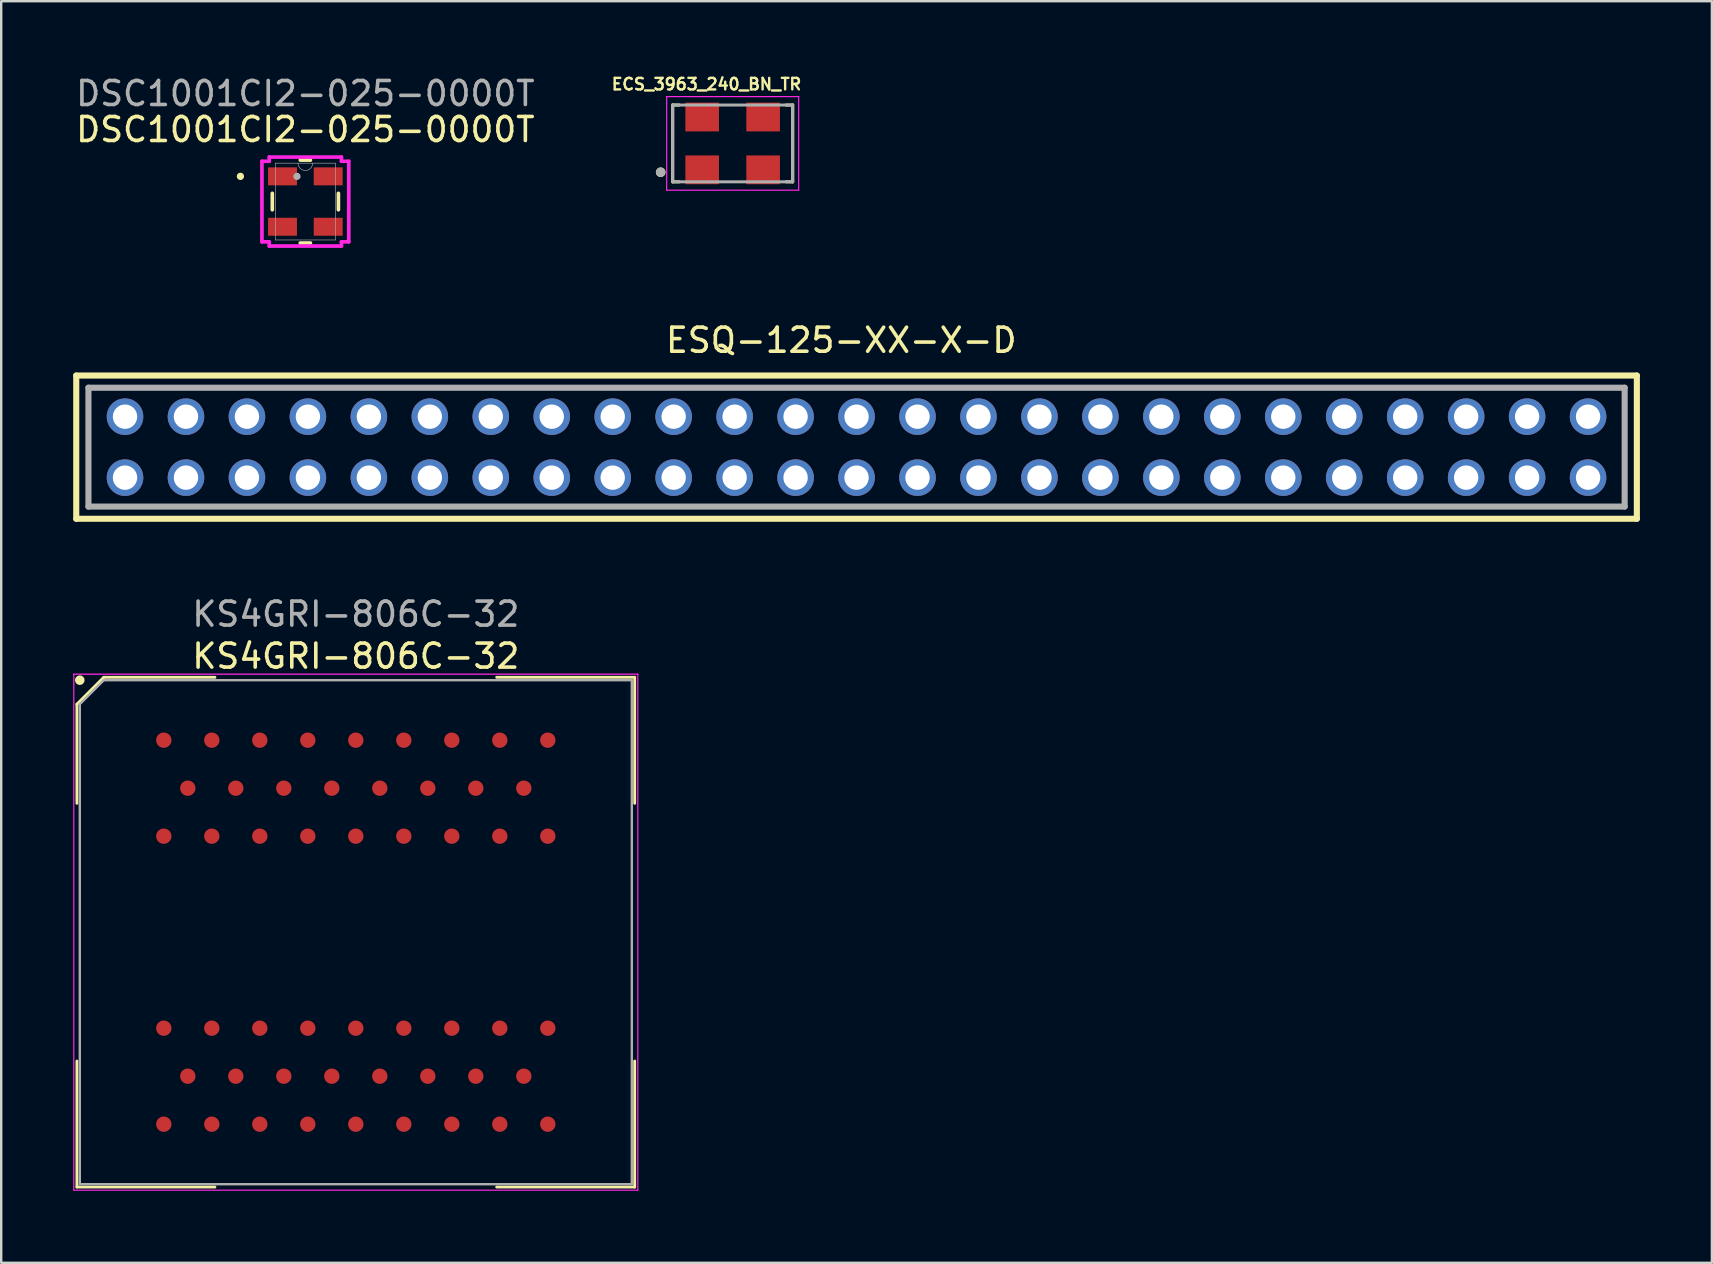
<source format=kicad_pcb>
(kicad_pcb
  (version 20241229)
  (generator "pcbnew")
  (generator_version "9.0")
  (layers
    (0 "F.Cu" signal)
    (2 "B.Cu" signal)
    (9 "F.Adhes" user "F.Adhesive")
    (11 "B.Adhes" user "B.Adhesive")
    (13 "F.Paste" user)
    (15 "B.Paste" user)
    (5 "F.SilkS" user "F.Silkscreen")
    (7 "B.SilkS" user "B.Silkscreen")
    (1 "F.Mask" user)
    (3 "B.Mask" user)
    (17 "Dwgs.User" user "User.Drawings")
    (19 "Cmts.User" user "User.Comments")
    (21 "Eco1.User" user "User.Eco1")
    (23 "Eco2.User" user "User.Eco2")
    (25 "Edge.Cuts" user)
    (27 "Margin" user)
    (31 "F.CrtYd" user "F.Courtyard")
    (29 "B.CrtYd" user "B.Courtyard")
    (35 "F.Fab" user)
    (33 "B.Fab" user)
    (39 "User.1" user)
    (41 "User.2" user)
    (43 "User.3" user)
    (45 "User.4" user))
  (footprint "KS4GRI-806C-32"
    (layer "F.Cu")
    (at 11.775 35.79)
    (property "Reference" "KS4GRI-806C-32" (at 0 -11.5 0) (layer "F.SilkS") (effects (font (size 1 1) (thickness 0.15))))
    (attr smd)
    (fp_line (start -11.62 -9.5) (end -11.62 -5.37) (stroke (width 0.12) (type default)) (layer "F.SilkS"))
    (fp_line (start -11.62 10.62) (end -11.62 5.37) (stroke (width 0.12) (type default)) (layer "F.SilkS"))
    (fp_line (start -10.5 -10.62) (end -11.62 -9.5) (stroke (width 0.12) (type default)) (layer "F.SilkS"))
    (fp_line (start -5.87 -10.62) (end -10.5 -10.62) (stroke (width 0.12) (type default)) (layer "F.SilkS"))
    (fp_line (start -5.87 10.62) (end -11.62 10.62) (stroke (width 0.12) (type default)) (layer "F.SilkS"))
    (fp_line (start 5.87 -10.62) (end 11.62 -10.62) (stroke (width 0.12) (type default)) (layer "F.SilkS"))
    (fp_line (start 5.87 10.62) (end 11.62 10.62) (stroke (width 0.12) (type default)) (layer "F.SilkS"))
    (fp_line (start 11.62 -10.62) (end 11.62 -5.37) (stroke (width 0.12) (type default)) (layer "F.SilkS"))
    (fp_line (start 11.62 10.62) (end 11.62 5.37) (stroke (width 0.12) (type default)) (layer "F.SilkS"))
    (fp_circle (center -11.5 -10.5) (end -11.5 -10.4) (stroke (width 0.2) (type default)) (fill no) (layer "F.SilkS"))
    (fp_line (start -11.75 -10.75) (end 11.75 -10.75) (stroke (width 0.05) (type default)) (layer "F.CrtYd"))
    (fp_line (start -11.75 10.75) (end -11.75 -10.75) (stroke (width 0.05) (type default)) (layer "F.CrtYd"))
    (fp_line (start 11.75 -10.75) (end 11.75 10.75) (stroke (width 0.05) (type default)) (layer "F.CrtYd"))
    (fp_line (start 11.75 10.75) (end -11.75 10.75) (stroke (width 0.05) (type default)) (layer "F.CrtYd"))
    (fp_line (start -11.5 -9.5) (end -11.5 10.5) (stroke (width 0.1) (type default)) (layer "F.Fab"))
    (fp_line (start -11.5 10.5) (end 11.5 10.5) (stroke (width 0.1) (type default)) (layer "F.Fab"))
    (fp_line (start -10.5 -10.5) (end -11.5 -9.5) (stroke (width 0.1) (type default)) (layer "F.Fab"))
    (fp_line (start 11.5 -10.5) (end -10.5 -10.5) (stroke (width 0.1) (type default)) (layer "F.Fab"))
    (fp_line (start 11.5 10.5) (end 11.5 -10.5) (stroke (width 0.1) (type default)) (layer "F.Fab"))
    (fp_text user "${REFERENCE}" (at 0 -13.25 0) (layer "F.Fab") (effects (font (size 1 1) (thickness 0.15))))
    (pad "A1" smd circle (at -8 -8) (size 0.64 0.64) (layers "F.Cu" "F.Mask" "F.Paste"))
    (pad "A2" smd circle (at -6 -8) (size 0.64 0.64) (layers "F.Cu" "F.Mask" "F.Paste"))
    (pad "A3" smd circle (at -4 -8) (size 0.64 0.64) (layers "F.Cu" "F.Mask" "F.Paste"))
    (pad "A4" smd circle (at -2 -8) (size 0.64 0.64) (layers "F.Cu" "F.Mask" "F.Paste"))
    (pad "A5" smd circle (at 0 -8) (size 0.64 0.64) (layers "F.Cu" "F.Mask" "F.Paste"))
    (pad "A6" smd circle (at 2 -8) (size 0.64 0.64) (layers "F.Cu" "F.Mask" "F.Paste"))
    (pad "A7" smd circle (at 4 -8) (size 0.64 0.64) (layers "F.Cu" "F.Mask" "F.Paste"))
    (pad "A8" smd circle (at 6 -8) (size 0.64 0.64) (layers "F.Cu" "F.Mask" "F.Paste"))
    (pad "A9" smd circle (at 8 -8) (size 0.64 0.64) (layers "F.Cu" "F.Mask" "F.Paste"))
    (pad "B1" smd circle (at -7 -6) (size 0.64 0.64) (layers "F.Cu" "F.Mask" "F.Paste"))
    (pad "B2" smd circle (at -5 -6) (size 0.64 0.64) (layers "F.Cu" "F.Mask" "F.Paste"))
    (pad "B3" smd circle (at -3 -6) (size 0.64 0.64) (layers "F.Cu" "F.Mask" "F.Paste"))
    (pad "B4" smd circle (at -1 -6) (size 0.64 0.64) (layers "F.Cu" "F.Mask" "F.Paste"))
    (pad "B5" smd circle (at 1 -6) (size 0.64 0.64) (layers "F.Cu" "F.Mask" "F.Paste"))
    (pad "B6" smd circle (at 3 -6) (size 0.64 0.64) (layers "F.Cu" "F.Mask" "F.Paste"))
    (pad "B7" smd circle (at 5 -6) (size 0.64 0.64) (layers "F.Cu" "F.Mask" "F.Paste"))
    (pad "B8" smd circle (at 7 -6) (size 0.64 0.64) (layers "F.Cu" "F.Mask" "F.Paste"))
    (pad "C1" smd circle (at -8 -4) (size 0.64 0.64) (layers "F.Cu" "F.Mask" "F.Paste"))
    (pad "C2" smd circle (at -6 -4) (size 0.64 0.64) (layers "F.Cu" "F.Mask" "F.Paste"))
    (pad "C3" smd circle (at -4 -4) (size 0.64 0.64) (layers "F.Cu" "F.Mask" "F.Paste"))
    (pad "C4" smd circle (at -2 -4) (size 0.64 0.64) (layers "F.Cu" "F.Mask" "F.Paste"))
    (pad "C5" smd circle (at 0 -4) (size 0.64 0.64) (layers "F.Cu" "F.Mask" "F.Paste"))
    (pad "C6" smd circle (at 2 -4) (size 0.64 0.64) (layers "F.Cu" "F.Mask" "F.Paste"))
    (pad "C7" smd circle (at 4 -4) (size 0.64 0.64) (layers "F.Cu" "F.Mask" "F.Paste"))
    (pad "C8" smd circle (at 6 -4) (size 0.64 0.64) (layers "F.Cu" "F.Mask" "F.Paste"))
    (pad "C9" smd circle (at 8 -4) (size 0.64 0.64) (layers "F.Cu" "F.Mask" "F.Paste"))
    (pad "G1" smd circle (at -8 4) (size 0.64 0.64) (layers "F.Cu" "F.Mask" "F.Paste"))
    (pad "G2" smd circle (at -6 4) (size 0.64 0.64) (layers "F.Cu" "F.Mask" "F.Paste"))
    (pad "G3" smd circle (at -4 4) (size 0.64 0.64) (layers "F.Cu" "F.Mask" "F.Paste"))
    (pad "G4" smd circle (at -2 4) (size 0.64 0.64) (layers "F.Cu" "F.Mask" "F.Paste"))
    (pad "G5" smd circle (at 0 4) (size 0.64 0.64) (layers "F.Cu" "F.Mask" "F.Paste"))
    (pad "G6" smd circle (at 2 4) (size 0.64 0.64) (layers "F.Cu" "F.Mask" "F.Paste"))
    (pad "G7" smd circle (at 4 4) (size 0.64 0.64) (layers "F.Cu" "F.Mask" "F.Paste"))
    (pad "G8" smd circle (at 6 4) (size 0.64 0.64) (layers "F.Cu" "F.Mask" "F.Paste"))
    (pad "G9" smd circle (at 8 4) (size 0.64 0.64) (layers "F.Cu" "F.Mask" "F.Paste"))
    (pad "H1" smd circle (at -7 6) (size 0.64 0.64) (layers "F.Cu" "F.Mask" "F.Paste"))
    (pad "H2" smd circle (at -5 6) (size 0.64 0.64) (layers "F.Cu" "F.Mask" "F.Paste"))
    (pad "H3" smd circle (at -3 6) (size 0.64 0.64) (layers "F.Cu" "F.Mask" "F.Paste"))
    (pad "H4" smd circle (at -1 6) (size 0.64 0.64) (layers "F.Cu" "F.Mask" "F.Paste"))
    (pad "H5" smd circle (at 1 6) (size 0.64 0.64) (layers "F.Cu" "F.Mask" "F.Paste"))
    (pad "H6" smd circle (at 3 6) (size 0.64 0.64) (layers "F.Cu" "F.Mask" "F.Paste"))
    (pad "H7" smd circle (at 5 6) (size 0.64 0.64) (layers "F.Cu" "F.Mask" "F.Paste"))
    (pad "H8" smd circle (at 7 6) (size 0.64 0.64) (layers "F.Cu" "F.Mask" "F.Paste"))
    (pad "J1" smd circle (at -8 8) (size 0.64 0.64) (layers "F.Cu" "F.Mask" "F.Paste"))
    (pad "J2" smd circle (at -6 8) (size 0.64 0.64) (layers "F.Cu" "F.Mask" "F.Paste"))
    (pad "J3" smd circle (at -4 8) (size 0.64 0.64) (layers "F.Cu" "F.Mask" "F.Paste"))
    (pad "J4" smd circle (at -2 8) (size 0.64 0.64) (layers "F.Cu" "F.Mask" "F.Paste"))
    (pad "J5" smd circle (at 0 8) (size 0.64 0.64) (layers "F.Cu" "F.Mask" "F.Paste"))
    (pad "J6" smd circle (at 2 8) (size 0.64 0.64) (layers "F.Cu" "F.Mask" "F.Paste"))
    (pad "J7" smd circle (at 4 8) (size 0.64 0.64) (layers "F.Cu" "F.Mask" "F.Paste"))
    (pad "J8" smd circle (at 6 8) (size 0.64 0.64) (layers "F.Cu" "F.Mask" "F.Paste"))
    (pad "J9" smd circle (at 8 8) (size 0.64 0.64) (layers "F.Cu" "F.Mask" "F.Paste")))
  (footprint "ESQ-125-XX-X-D"
    (layer "F.Cu")
    (at 32.639 15.581)
    (property "Reference" "ESQ-125-XX-X-D" (at -0.636 -4.453 0) (layer "F.SilkS") (effects (font (size 1.002 1.002) (thickness 0.15))))
    (attr through_hole)
    (fp_line (start -32.512 -2.984) (end 32.512 -2.984) (stroke (width 0.254) (type solid)) (layer "F.SilkS"))
    (fp_line (start -32.512 2.984) (end -32.512 -2.984) (stroke (width 0.254) (type solid)) (layer "F.SilkS"))
    (fp_line (start 32.512 -2.984) (end 32.512 2.984) (stroke (width 0.254) (type solid)) (layer "F.SilkS"))
    (fp_line (start 32.512 2.984) (end -32.512 2.984) (stroke (width 0.254) (type solid)) (layer "F.SilkS"))
    (fp_line (start -32.004 -2.476) (end 32.004 -2.476) (stroke (width 0.254) (type solid)) (layer "F.Fab"))
    (fp_line (start -32.004 2.476) (end -32.004 -2.476) (stroke (width 0.254) (type solid)) (layer "F.Fab"))
    (fp_line (start 32.004 -2.476) (end 32.004 2.476) (stroke (width 0.254) (type solid)) (layer "F.Fab"))
    (fp_line (start 32.004 2.476) (end -32.004 2.476) (stroke (width 0.254) (type solid)) (layer "F.Fab"))
    (pad "1" thru_hole circle (at -30.48 -1.27) (size 1.524 1.524) (drill 1.016) (layers "*.Cu" "*.Mask"))
    (pad "2" thru_hole circle (at -30.48 1.27) (size 1.524 1.524) (drill 1.016) (layers "*.Cu" "*.Mask"))
    (pad "3" thru_hole circle (at -27.94 -1.27) (size 1.524 1.524) (drill 1.016) (layers "*.Cu" "*.Mask"))
    (pad "4" thru_hole circle (at -27.94 1.27) (size 1.524 1.524) (drill 1.016) (layers "*.Cu" "*.Mask"))
    (pad "5" thru_hole circle (at -25.4 -1.27) (size 1.524 1.524) (drill 1.016) (layers "*.Cu" "*.Mask"))
    (pad "6" thru_hole circle (at -25.4 1.27) (size 1.524 1.524) (drill 1.016) (layers "*.Cu" "*.Mask"))
    (pad "7" thru_hole circle (at -22.86 -1.27) (size 1.524 1.524) (drill 1.016) (layers "*.Cu" "*.Mask"))
    (pad "8" thru_hole circle (at -22.86 1.27) (size 1.524 1.524) (drill 1.016) (layers "*.Cu" "*.Mask"))
    (pad "9" thru_hole circle (at -20.32 -1.27) (size 1.524 1.524) (drill 1.016) (layers "*.Cu" "*.Mask"))
    (pad "10" thru_hole circle (at -20.32 1.27) (size 1.524 1.524) (drill 1.016) (layers "*.Cu" "*.Mask"))
    (pad "11" thru_hole circle (at -17.78 -1.27) (size 1.524 1.524) (drill 1.016) (layers "*.Cu" "*.Mask"))
    (pad "12" thru_hole circle (at -17.78 1.27) (size 1.524 1.524) (drill 1.016) (layers "*.Cu" "*.Mask"))
    (pad "13" thru_hole circle (at -15.24 -1.27) (size 1.524 1.524) (drill 1.016) (layers "*.Cu" "*.Mask"))
    (pad "14" thru_hole circle (at -15.24 1.27) (size 1.524 1.524) (drill 1.016) (layers "*.Cu" "*.Mask"))
    (pad "15" thru_hole circle (at -12.7 -1.27) (size 1.524 1.524) (drill 1.016) (layers "*.Cu" "*.Mask"))
    (pad "16" thru_hole circle (at -12.7 1.27) (size 1.524 1.524) (drill 1.016) (layers "*.Cu" "*.Mask"))
    (pad "17" thru_hole circle (at -10.16 -1.27) (size 1.524 1.524) (drill 1.016) (layers "*.Cu" "*.Mask"))
    (pad "18" thru_hole circle (at -10.16 1.27) (size 1.524 1.524) (drill 1.016) (layers "*.Cu" "*.Mask"))
    (pad "19" thru_hole circle (at -7.62 -1.27) (size 1.524 1.524) (drill 1.016) (layers "*.Cu" "*.Mask"))
    (pad "20" thru_hole circle (at -7.62 1.27) (size 1.524 1.524) (drill 1.016) (layers "*.Cu" "*.Mask"))
    (pad "21" thru_hole circle (at -5.08 -1.27) (size 1.524 1.524) (drill 1.016) (layers "*.Cu" "*.Mask"))
    (pad "22" thru_hole circle (at -5.08 1.27) (size 1.524 1.524) (drill 1.016) (layers "*.Cu" "*.Mask"))
    (pad "23" thru_hole circle (at -2.54 -1.27) (size 1.524 1.524) (drill 1.016) (layers "*.Cu" "*.Mask"))
    (pad "24" thru_hole circle (at -2.54 1.27) (size 1.524 1.524) (drill 1.016) (layers "*.Cu" "*.Mask"))
    (pad "25" thru_hole circle (at 0 -1.27) (size 1.524 1.524) (drill 1.016) (layers "*.Cu" "*.Mask"))
    (pad "26" thru_hole circle (at 0 1.27) (size 1.524 1.524) (drill 1.016) (layers "*.Cu" "*.Mask"))
    (pad "27" thru_hole circle (at 2.54 -1.27) (size 1.524 1.524) (drill 1.016) (layers "*.Cu" "*.Mask"))
    (pad "28" thru_hole circle (at 2.54 1.27) (size 1.524 1.524) (drill 1.016) (layers "*.Cu" "*.Mask"))
    (pad "29" thru_hole circle (at 5.08 -1.27) (size 1.524 1.524) (drill 1.016) (layers "*.Cu" "*.Mask"))
    (pad "30" thru_hole circle (at 5.08 1.27) (size 1.524 1.524) (drill 1.016) (layers "*.Cu" "*.Mask"))
    (pad "31" thru_hole circle (at 7.62 -1.27) (size 1.524 1.524) (drill 1.016) (layers "*.Cu" "*.Mask"))
    (pad "32" thru_hole circle (at 7.62 1.27) (size 1.524 1.524) (drill 1.016) (layers "*.Cu" "*.Mask"))
    (pad "33" thru_hole circle (at 10.16 -1.27) (size 1.524 1.524) (drill 1.016) (layers "*.Cu" "*.Mask"))
    (pad "34" thru_hole circle (at 10.16 1.27) (size 1.524 1.524) (drill 1.016) (layers "*.Cu" "*.Mask"))
    (pad "35" thru_hole circle (at 12.7 -1.27) (size 1.524 1.524) (drill 1.016) (layers "*.Cu" "*.Mask"))
    (pad "36" thru_hole circle (at 12.7 1.27) (size 1.524 1.524) (drill 1.016) (layers "*.Cu" "*.Mask"))
    (pad "37" thru_hole circle (at 15.24 -1.27) (size 1.524 1.524) (drill 1.016) (layers "*.Cu" "*.Mask"))
    (pad "38" thru_hole circle (at 15.24 1.27) (size 1.524 1.524) (drill 1.016) (layers "*.Cu" "*.Mask"))
    (pad "39" thru_hole circle (at 17.78 -1.27) (size 1.524 1.524) (drill 1.016) (layers "*.Cu" "*.Mask"))
    (pad "40" thru_hole circle (at 17.78 1.27) (size 1.524 1.524) (drill 1.016) (layers "*.Cu" "*.Mask"))
    (pad "41" thru_hole circle (at 20.32 -1.27) (size 1.524 1.524) (drill 1.016) (layers "*.Cu" "*.Mask"))
    (pad "42" thru_hole circle (at 20.32 1.27) (size 1.524 1.524) (drill 1.016) (layers "*.Cu" "*.Mask"))
    (pad "43" thru_hole circle (at 22.86 -1.27) (size 1.524 1.524) (drill 1.016) (layers "*.Cu" "*.Mask"))
    (pad "44" thru_hole circle (at 22.86 1.27) (size 1.524 1.524) (drill 1.016) (layers "*.Cu" "*.Mask"))
    (pad "45" thru_hole circle (at 25.4 -1.27) (size 1.524 1.524) (drill 1.016) (layers "*.Cu" "*.Mask"))
    (pad "46" thru_hole circle (at 25.4 1.27) (size 1.524 1.524) (drill 1.016) (layers "*.Cu" "*.Mask"))
    (pad "47" thru_hole circle (at 27.94 -1.27) (size 1.524 1.524) (drill 1.016) (layers "*.Cu" "*.Mask"))
    (pad "48" thru_hole circle (at 27.94 1.27) (size 1.524 1.524) (drill 1.016) (layers "*.Cu" "*.Mask"))
    (pad "49" thru_hole circle (at 30.48 -1.27) (size 1.524 1.524) (drill 1.016) (layers "*.Cu" "*.Mask"))
    (pad "50" thru_hole circle (at 30.48 1.27) (size 1.524 1.524) (drill 1.016) (layers "*.Cu" "*.Mask")))
  (footprint "ECS_3963_240_BN_TR"
    (layer "F.Cu")
    (at 27.477 2.926)
    (property "Reference" "ECS_3963_240_BN_TR" (at -1.089 -2.469 0) (layer "F.SilkS") (effects (font (size 0.481 0.481) (thickness 0.1) (bold yes))))
    (attr smd)
    (fp_line (start -2.5 1.6) (end -2.5 -1.6) (stroke (width 0.127) (type solid)) (layer "F.SilkS"))
    (fp_line (start -2.224 -1.6) (end -2.5 -1.6) (stroke (width 0.127) (type solid)) (layer "F.SilkS"))
    (fp_line (start -2.224 1.6) (end -2.5 1.6) (stroke (width 0.127) (type solid)) (layer "F.SilkS"))
    (fp_line (start 2.5 -1.6) (end 2.224 -1.6) (stroke (width 0.127) (type solid)) (layer "F.SilkS"))
    (fp_line (start 2.5 -1.6) (end 2.5 1.6) (stroke (width 0.127) (type solid)) (layer "F.SilkS"))
    (fp_line (start 2.5 1.6) (end 2.224 1.6) (stroke (width 0.127) (type solid)) (layer "F.SilkS"))
    (fp_circle (center -3 1.2) (end -2.9 1.2) (stroke (width 0.2) (type solid)) (fill no) (layer "F.SilkS"))
    (fp_line (start -2.75 -1.95) (end 2.75 -1.95) (stroke (width 0.05) (type solid)) (layer "F.CrtYd"))
    (fp_line (start -2.75 1.95) (end -2.75 -1.95) (stroke (width 0.05) (type solid)) (layer "F.CrtYd"))
    (fp_line (start 2.75 -1.95) (end 2.75 1.95) (stroke (width 0.05) (type solid)) (layer "F.CrtYd"))
    (fp_line (start 2.75 1.95) (end -2.75 1.95) (stroke (width 0.05) (type solid)) (layer "F.CrtYd"))
    (fp_line (start -2.5 -1.6) (end 2.5 -1.6) (stroke (width 0.127) (type solid)) (layer "F.Fab"))
    (fp_line (start -2.5 1.6) (end -2.5 -1.6) (stroke (width 0.127) (type solid)) (layer "F.Fab"))
    (fp_line (start 2.5 -1.6) (end 2.5 1.6) (stroke (width 0.127) (type solid)) (layer "F.Fab"))
    (fp_line (start 2.5 1.6) (end -2.5 1.6) (stroke (width 0.127) (type solid)) (layer "F.Fab"))
    (fp_circle (center -3 1.2) (end -2.9 1.2) (stroke (width 0.2) (type solid)) (fill no) (layer "F.Fab"))
    (pad "1" smd rect (at -1.27 1.1) (size 1.4 1.2) (layers "F.Cu" "F.Mask" "F.Paste"))
    (pad "2" smd rect (at 1.27 1.1) (size 1.4 1.2) (layers "F.Cu" "F.Mask" "F.Paste"))
    (pad "3" smd rect (at 1.27 -1.1) (size 1.4 1.2) (layers "F.Cu" "F.Mask" "F.Paste"))
    (pad "4" smd rect (at -1.27 -1.1) (size 1.4 1.2) (layers "F.Cu" "F.Mask" "F.Paste")))
  (footprint "DSC1001CI2-025-0000T"
    (layer "F.Cu")
    (at 9.673 5.348)
    (property "Reference" "DSC1001CI2-025-0000T" (at 0 -3 0) (unlocked yes) (layer "F.SilkS") (effects (font (size 1 1) (thickness 0.15))))
    (attr smd)
    (fp_line (start -1.377 -0.343) (end -1.377 0.343) (stroke (width 0.152) (type solid)) (layer "F.SilkS"))
    (fp_line (start -0.211 1.727) (end 0.211 1.727) (stroke (width 0.152) (type solid)) (layer "F.SilkS"))
    (fp_line (start 0.211 -1.727) (end -0.211 -1.727) (stroke (width 0.152) (type solid)) (layer "F.SilkS"))
    (fp_line (start 1.377 0.343) (end 1.377 -0.343) (stroke (width 0.152) (type solid)) (layer "F.SilkS"))
    (fp_circle (center -2.706 -1.05) (end -2.63 -1.05) (stroke (width 0.152) (type solid)) (fill no) (layer "F.SilkS"))
    (fp_line (start -1.809 -1.679) (end -1.504 -1.679) (stroke (width 0.152) (type solid)) (layer "F.CrtYd"))
    (fp_line (start -1.809 1.679) (end -1.809 -1.679) (stroke (width 0.152) (type solid)) (layer "F.CrtYd"))
    (fp_line (start -1.809 1.679) (end -1.504 1.679) (stroke (width 0.152) (type solid)) (layer "F.CrtYd"))
    (fp_line (start -1.504 -1.854) (end 1.504 -1.854) (stroke (width 0.152) (type solid)) (layer "F.CrtYd"))
    (fp_line (start -1.504 -1.679) (end -1.504 -1.854) (stroke (width 0.152) (type solid)) (layer "F.CrtYd"))
    (fp_line (start -1.504 1.854) (end -1.504 1.679) (stroke (width 0.152) (type solid)) (layer "F.CrtYd"))
    (fp_line (start 1.504 -1.854) (end 1.504 -1.679) (stroke (width 0.152) (type solid)) (layer "F.CrtYd"))
    (fp_line (start 1.504 1.679) (end 1.504 1.854) (stroke (width 0.152) (type solid)) (layer "F.CrtYd"))
    (fp_line (start 1.504 1.854) (end -1.504 1.854) (stroke (width 0.152) (type solid)) (layer "F.CrtYd"))
    (fp_line (start 1.809 -1.679) (end 1.504 -1.679) (stroke (width 0.152) (type solid)) (layer "F.CrtYd"))
    (fp_line (start 1.809 -1.679) (end 1.809 1.679) (stroke (width 0.152) (type solid)) (layer "F.CrtYd"))
    (fp_line (start 1.809 1.679) (end 1.504 1.679) (stroke (width 0.152) (type solid)) (layer "F.CrtYd"))
    (fp_line (start -1.25 -1.6) (end -1.25 1.6) (stroke (width 0.025) (type solid)) (layer "F.Fab"))
    (fp_line (start -1.25 1.6) (end 1.25 1.6) (stroke (width 0.025) (type solid)) (layer "F.Fab"))
    (fp_line (start 1.25 -1.6) (end -1.25 -1.6) (stroke (width 0.025) (type solid)) (layer "F.Fab"))
    (fp_line (start 1.25 1.6) (end 1.25 -1.6) (stroke (width 0.025) (type solid)) (layer "F.Fab"))
    (fp_arc (start 0.3048 -1.600001) (mid 0 -1.295201) (end -0.3048 -1.600001) (stroke (width 0.0254) (type solid)) (layer "F.Fab"))
    (fp_circle (center -0.35 -1.05) (end -0.35 -1.05) (stroke (width 0.152) (type solid)) (fill no) (layer "F.Fab"))
    (fp_text user "${REFERENCE}" (at 0 -4.5 0) (unlocked yes) (layer "F.Fab") (effects (font (size 1 1) (thickness 0.15))))
    (pad "1" smd rect (at -0.952 -1.05) (size 1.205 0.749) (layers "F.Cu" "F.Mask" "F.Paste"))
    (pad "2" smd rect (at -0.952 1.05) (size 1.205 0.749) (layers "F.Cu" "F.Mask" "F.Paste"))
    (pad "3" smd rect (at 0.952 1.05) (size 1.205 0.749) (layers "F.Cu" "F.Mask" "F.Paste"))
    (pad "4" smd rect (at 0.952 -1.05) (size 1.205 0.749) (layers "F.Cu" "F.Mask" "F.Paste")))
  (gr_rect
    (start -3 -3)
    (end 68.278 49.565)
    (stroke (width 0.1) (type default))
    (fill no)
    (layer "Edge.Cuts")))
</source>
